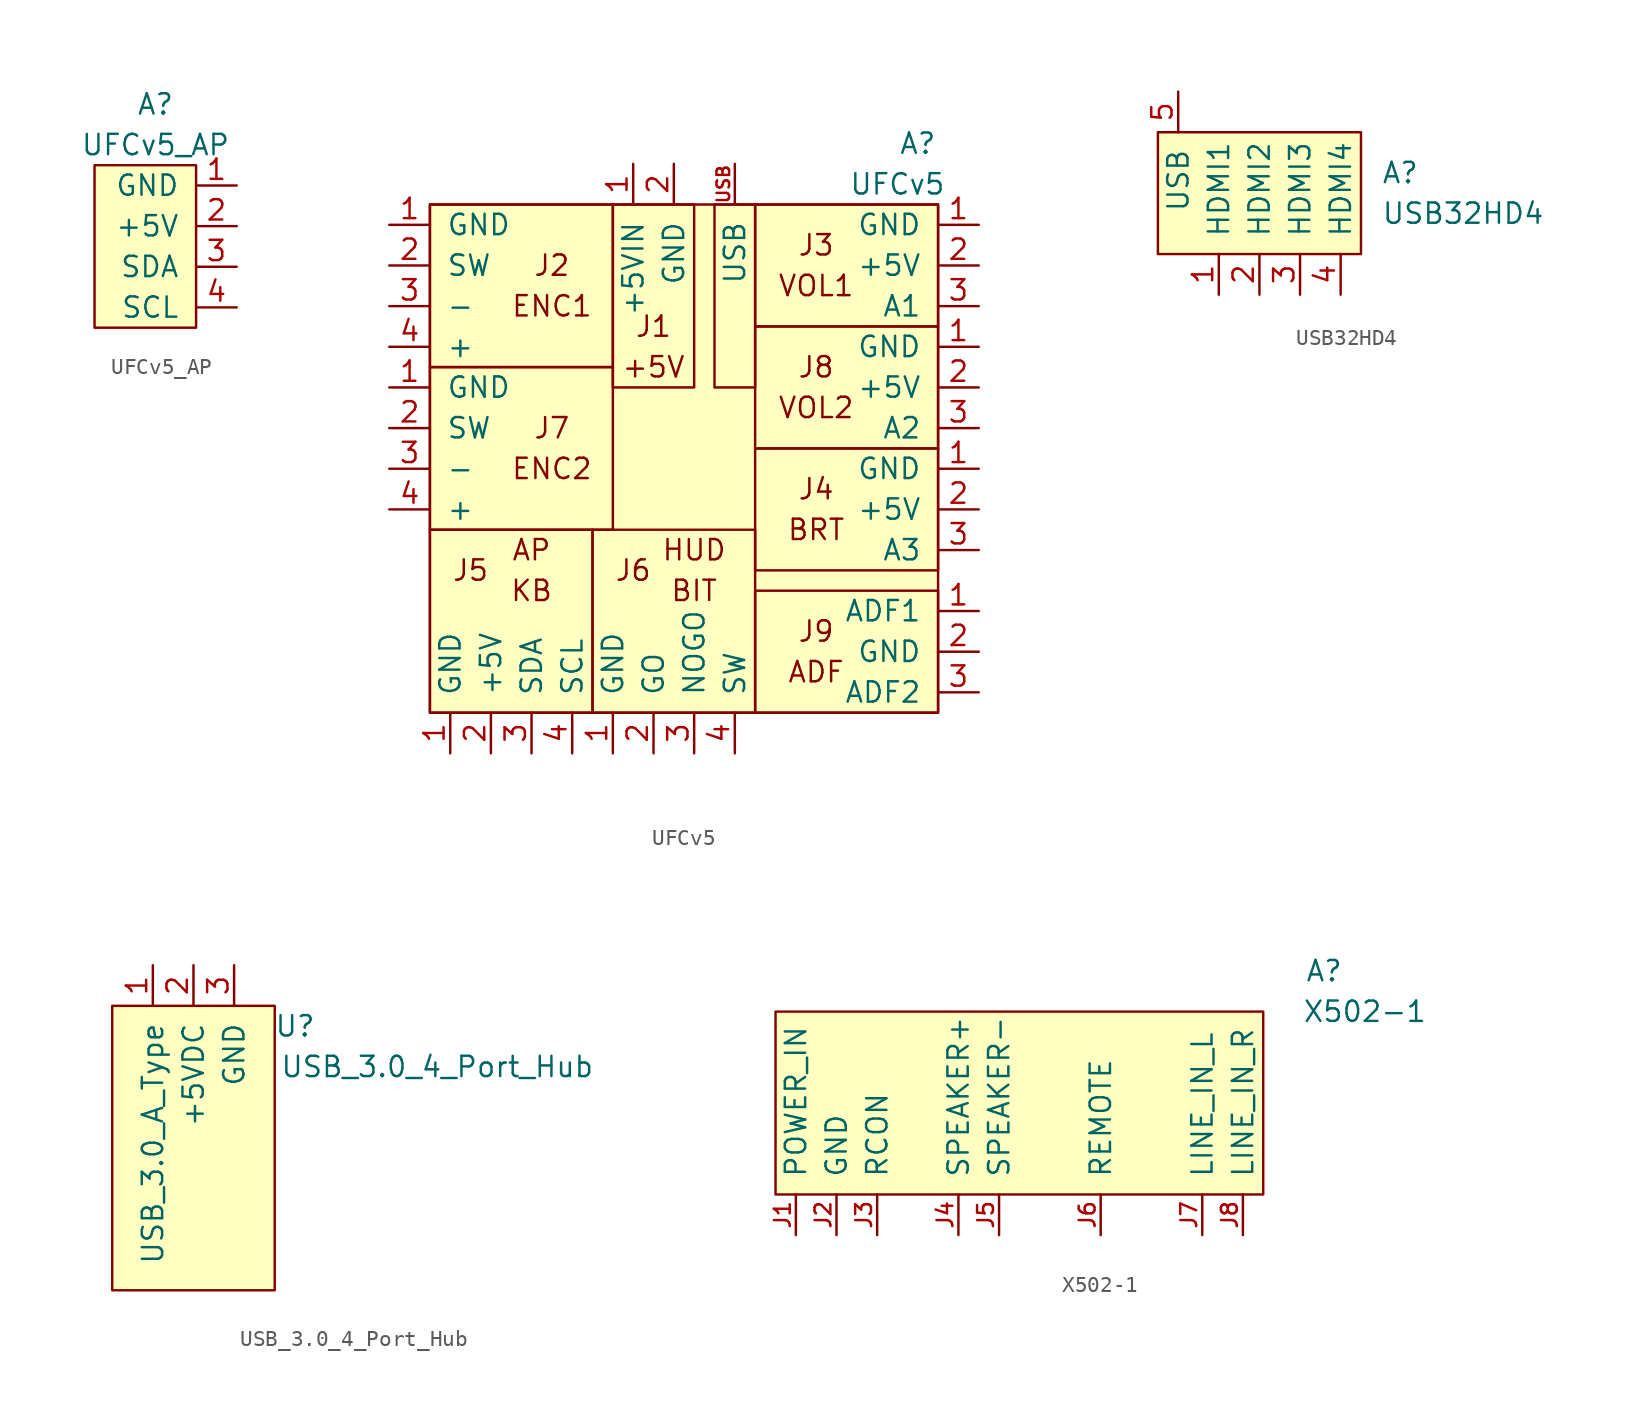
<source format=kicad_sym>
(kicad_symbol_lib
  (version 20220914)
  (generator kicad_symbol_editor)
  (symbol "UFCv5_AP"
    (pin_names
      (offset 1.016))
    (property "Reference" "A"
      (at 0 8.89 0)
      (effects (font (size 1.27 1.27))))
    (property "Value" "UFCv5_AP"
      (at 0 6.35 0)
      (effects (font (size 1.27 1.27))))
    (symbol "UFCv5_AP_0_0"
      (rectangle (start 2.54 5.08) (end -3.81 -5.08) (stroke (width 0) (type default)) (fill (type background)))
      (pin unspecified line (at 5.08 3.81 180) (length 2.54) (name "GND" (effects (font (size 1.27 1.27)))) (number "1" (effects (font (size 1.27 1.27)))))
      (pin unspecified line (at 5.08 1.27 180) (length 2.54) (name "+5V" (effects (font (size 1.27 1.27)))) (number "2" (effects (font (size 1.27 1.27)))))
      (pin unspecified line (at 5.08 -1.27 180) (length 2.54) (name "SDA" (effects (font (size 1.27 1.27)))) (number "3" (effects (font (size 1.27 1.27)))))
      (pin unspecified line (at 5.08 -3.81 180) (length 2.54) (name "SCL" (effects (font (size 1.27 1.27)))) (number "4" (effects (font (size 1.27 1.27)))))))
  (symbol "UFCv5"
    (pin_names
      (offset 1.016))
    (property "Reference" "A"
      (at 13.97 19.05 0)
      (effects (font (size 1.27 1.27))))
    (property "Value" "UFCv5"
      (at 12.7 16.51 0)
      (effects (font (size 1.27 1.27))))
    (symbol "UFCv5_0_0"
      (rectangle (start -16.51 -16.51) (end -6.35 -5.08) (stroke (width 0) (type default)) (fill (type none)))
      (rectangle (start -16.51 5.08) (end -5.08 -5.08) (stroke (width 0) (type default)) (fill (type none)))
      (rectangle (start -16.51 15.24) (end -5.08 5.08) (stroke (width 0) (type default)) (fill (type none)))
      (rectangle (start -16.51 15.24) (end 15.24 -16.51) (stroke (width 0) (type default)) (fill (type background)))
      (rectangle (start -6.35 -16.51) (end 3.81 -5.08) (stroke (width 0) (type default)) (fill (type none)))
      (rectangle (start -5.08 15.24) (end 0 3.81) (stroke (width 0) (type default)) (fill (type none)))
      (rectangle (start 1.27 15.24) (end 3.81 3.81) (stroke (width 0) (type default)) (fill (type none)))
      (rectangle (start 15.24 -8.89) (end 3.81 -16.51) (stroke (width 0) (type default)) (fill (type none)))
      (rectangle (start 15.24 0) (end 3.81 -7.62) (stroke (width 0) (type default)) (fill (type none)))
      (rectangle (start 15.24 7.62) (end 3.81 0) (stroke (width 0) (type default)) (fill (type none)))
      (rectangle (start 15.24 15.24) (end 3.81 7.62) (stroke (width 0) (type default)) (fill (type none)))
      (text "+5V" (at -2.54 5.08 0) (effects (font (size 1.27 1.27))))
      (text "ADF" (at 7.62 -13.97 0) (effects (font (size 1.27 1.27))))
      (text "AP" (at -10.16 -6.35 0) (effects (font (size 1.27 1.27))))
      (text "BIT" (at 0 -8.89 0) (effects (font (size 1.27 1.27))))
      (text "BRT" (at 7.62 -5.08 0) (effects (font (size 1.27 1.27))))
      (text "ENC1" (at -8.89 8.89 0) (effects (font (size 1.27 1.27))))
      (text "ENC2" (at -8.89 -1.27 0) (effects (font (size 1.27 1.27))))
      (text "HUD" (at 0 -6.35 0) (effects (font (size 1.27 1.27))))
      (text "J1" (at -2.54 7.62 0) (effects (font (size 1.27 1.27))))
      (text "J2" (at -8.89 11.43 0) (effects (font (size 1.27 1.27))))
      (text "J3" (at 7.62 12.7 0) (effects (font (size 1.27 1.27))))
      (text "J4" (at 7.62 -2.54 0) (effects (font (size 1.27 1.27))))
      (text "J5" (at -13.97 -7.62 0) (effects (font (size 1.27 1.27))))
      (text "J6" (at -3.81 -7.62 0) (effects (font (size 1.27 1.27))))
      (text "J7" (at -8.89 1.27 0) (effects (font (size 1.27 1.27))))
      (text "J8" (at 7.62 5.08 0) (effects (font (size 1.27 1.27))))
      (text "J9" (at 7.62 -11.43 0) (effects (font (size 1.27 1.27))))
      (text "KB" (at -10.16 -8.89 0) (effects (font (size 1.27 1.27))))
      (text "VOL1" (at 7.62 10.16 0) (effects (font (size 1.27 1.27))))
      (text "VOL2" (at 7.62 2.54 0) (effects (font (size 1.27 1.27))))
      (pin unspecified line (at -3.81 17.78 270) (length 2.54) (name "+5VIN" (effects (font (size 1.27 1.27)))) (number "1" (effects (font (size 1.27 1.27)))))
      (pin unspecified line (at 17.78 -10.16 180) (length 2.54) (name "ADF1" (effects (font (size 1.27 1.27)))) (number "1" (effects (font (size 1.27 1.27)))))
      (pin unspecified line (at -19.05 3.81 0) (length 2.54) (name "GND" (effects (font (size 1.27 1.27)))) (number "1" (effects (font (size 1.27 1.27)))))
      (pin unspecified line (at -19.05 13.97 0) (length 2.54) (name "GND" (effects (font (size 1.27 1.27)))) (number "1" (effects (font (size 1.27 1.27)))))
      (pin unspecified line (at -15.24 -19.05 90) (length 2.54) (name "GND" (effects (font (size 1.27 1.27)))) (number "1" (effects (font (size 1.27 1.27)))))
      (pin unspecified line (at -5.08 -19.05 90) (length 2.54) (name "GND" (effects (font (size 1.27 1.27)))) (number "1" (effects (font (size 1.27 1.27)))))
      (pin unspecified line (at 17.78 -1.27 180) (length 2.54) (name "GND" (effects (font (size 1.27 1.27)))) (number "1" (effects (font (size 1.27 1.27)))))
      (pin unspecified line (at 17.78 6.35 180) (length 2.54) (name "GND" (effects (font (size 1.27 1.27)))) (number "1" (effects (font (size 1.27 1.27)))))
      (pin unspecified line (at 17.78 13.97 180) (length 2.54) (name "GND" (effects (font (size 1.27 1.27)))) (number "1" (effects (font (size 1.27 1.27)))))
      (pin unspecified line (at -12.7 -19.05 90) (length 2.54) (name "+5V" (effects (font (size 1.27 1.27)))) (number "2" (effects (font (size 1.27 1.27)))))
      (pin unspecified line (at 17.78 -3.81 180) (length 2.54) (name "+5V" (effects (font (size 1.27 1.27)))) (number "2" (effects (font (size 1.27 1.27)))))
      (pin unspecified line (at 17.78 3.81 180) (length 2.54) (name "+5V" (effects (font (size 1.27 1.27)))) (number "2" (effects (font (size 1.27 1.27)))))
      (pin unspecified line (at 17.78 11.43 180) (length 2.54) (name "+5V" (effects (font (size 1.27 1.27)))) (number "2" (effects (font (size 1.27 1.27)))))
      (pin unspecified line (at -1.27 17.78 270) (length 2.54) (name "GND" (effects (font (size 1.27 1.27)))) (number "2" (effects (font (size 1.27 1.27)))))
      (pin unspecified line (at 17.78 -12.7 180) (length 2.54) (name "GND" (effects (font (size 1.27 1.27)))) (number "2" (effects (font (size 1.27 1.27)))))
      (pin unspecified line (at -2.54 -19.05 90) (length 2.54) (name "GO" (effects (font (size 1.27 1.27)))) (number "2" (effects (font (size 1.27 1.27)))))
      (pin unspecified line (at -19.05 1.27 0) (length 2.54) (name "SW" (effects (font (size 1.27 1.27)))) (number "2" (effects (font (size 1.27 1.27)))))
      (pin unspecified line (at -19.05 11.43 0) (length 2.54) (name "SW" (effects (font (size 1.27 1.27)))) (number "2" (effects (font (size 1.27 1.27)))))
      (pin unspecified line (at -19.05 -1.27 0) (length 2.54) (name "-" (effects (font (size 1.27 1.27)))) (number "3" (effects (font (size 1.27 1.27)))))
      (pin unspecified line (at -19.05 8.89 0) (length 2.54) (name "-" (effects (font (size 1.27 1.27)))) (number "3" (effects (font (size 1.27 1.27)))))
      (pin unspecified line (at 17.78 8.89 180) (length 2.54) (name "A1" (effects (font (size 1.27 1.27)))) (number "3" (effects (font (size 1.27 1.27)))))
      (pin unspecified line (at 17.78 1.27 180) (length 2.54) (name "A2" (effects (font (size 1.27 1.27)))) (number "3" (effects (font (size 1.27 1.27)))))
      (pin unspecified line (at 17.78 -6.35 180) (length 2.54) (name "A3" (effects (font (size 1.27 1.27)))) (number "3" (effects (font (size 1.27 1.27)))))
      (pin unspecified line (at 17.78 -15.24 180) (length 2.54) (name "ADF2" (effects (font (size 1.27 1.27)))) (number "3" (effects (font (size 1.27 1.27)))))
      (pin unspecified line (at 0 -19.05 90) (length 2.54) (name "NOGO" (effects (font (size 1.27 1.27)))) (number "3" (effects (font (size 1.27 1.27)))))
      (pin unspecified line (at -10.16 -19.05 90) (length 2.54) (name "SDA" (effects (font (size 1.27 1.27)))) (number "3" (effects (font (size 1.27 1.27)))))
      (pin unspecified line (at -19.05 -3.81 0) (length 2.54) (name "+" (effects (font (size 1.27 1.27)))) (number "4" (effects (font (size 1.27 1.27)))))
      (pin unspecified line (at -19.05 6.35 0) (length 2.54) (name "+" (effects (font (size 1.27 1.27)))) (number "4" (effects (font (size 1.27 1.27)))))
      (pin unspecified line (at -7.62 -19.05 90) (length 2.54) (name "SCL" (effects (font (size 1.27 1.27)))) (number "4" (effects (font (size 1.27 1.27)))))
      (pin unspecified line (at 2.54 -19.05 90) (length 2.54) (name "SW" (effects (font (size 1.27 1.27)))) (number "4" (effects (font (size 1.27 1.27)))))
      (pin unspecified line (at 2.54 17.78 270) (length 2.54) (name "USB" (effects (font (size 1.27 1.27)))) (number "USB" (effects (font (size 0.787 0.787)))))))
  (symbol "USB32HD4"
    (pin_names
      (offset 1.016))
    (property "Reference" "A"
      (at 7.62 1.27 0)
      (effects (font (size 1.27 1.27)) (justify left)))
    (property "Value" "USB32HD4"
      (at 7.62 -1.27 0)
      (effects (font (size 1.27 1.27)) (justify left)))
    (symbol "USB32HD4_0_0"
      (pin unspecified line (at -2.54 -6.35 90) (length 2.54) (name "HDMI1" (effects (font (size 1.27 1.27)))) (number "1" (effects (font (size 1.27 1.27)))))
      (pin unspecified line (at 0 -6.35 90) (length 2.54) (name "HDMI2" (effects (font (size 1.27 1.27)))) (number "2" (effects (font (size 1.27 1.27)))))
      (pin unspecified line (at 2.54 -6.35 90) (length 2.54) (name "HDMI3" (effects (font (size 1.27 1.27)))) (number "3" (effects (font (size 1.27 1.27)))))
      (pin unspecified line (at 5.08 -6.35 90) (length 2.54) (name "HDMI4" (effects (font (size 1.27 1.27)))) (number "4" (effects (font (size 1.27 1.27)))))
      (pin unspecified line (at -5.08 6.35 270) (length 2.54) (name "USB" (effects (font (size 1.27 1.27)))) (number "5" (effects (font (size 1.27 1.27))))))
    (symbol "USB32HD4_0_1"
      (rectangle (start -6.35 3.81) (end 6.35 -3.81) (stroke (width 0) (type default)) (fill (type background)))))
  (symbol "USB_3.0_4_Port_Hub"
    (pin_names
      (offset 1.016))
    (property "Reference" "U"
      (at 6.35 7.62 0)
      (effects (font (size 1.27 1.27))))
    (property "Value" "USB_3.0_4_Port_Hub"
      (at 15.24 5.08 0)
      (effects (font (size 1.27 1.27))))
    (symbol "USB_3.0_4_Port_Hub_0_0"
      (pin unspecified line (at -2.54 11.43 270) (length 2.54) (name "USB_3.0_A_Type" (effects (font (size 1.27 1.27)))) (number "1" (effects (font (size 1.27 1.27)))))
      (pin unspecified line (at 0 11.43 270) (length 2.54) (name "+5VDC" (effects (font (size 1.27 1.27)))) (number "2" (effects (font (size 1.27 1.27)))))
      (pin unspecified line (at 2.54 11.43 270) (length 2.54) (name "GND" (effects (font (size 1.27 1.27)))) (number "3" (effects (font (size 1.27 1.27))))))
    (symbol "USB_3.0_4_Port_Hub_0_1"
      (rectangle (start -5.08 8.89) (end 5.08 -8.89) (stroke (width 0) (type default)) (fill (type background)))))
  (symbol "X502-1"
    (pin_names
      (offset 1.016))
    (property "Reference" "A"
      (at 15.24 13.97 0)
      (effects (font (size 1.27 1.27))))
    (property "Value" "X502-1"
      (at 17.78 11.43 0)
      (effects (font (size 1.27 1.27))))
    (symbol "X502-1_0_0"
      (pin unspecified line (at -17.78 -2.54 90) (length 2.54) (name "POWER_IN" (effects (font (size 1.27 1.27)))) (number "J1" (effects (font (size 0.991 0.991)))))
      (pin unspecified line (at -15.24 -2.54 90) (length 2.54) (name "GND" (effects (font (size 1.27 1.27)))) (number "J2" (effects (font (size 0.991 0.991)))))
      (pin unspecified line (at -12.7 -2.54 90) (length 2.54) (name "RCON" (effects (font (size 1.27 1.27)))) (number "J3" (effects (font (size 0.991 0.991)))))
      (pin unspecified line (at -7.62 -2.54 90) (length 2.54) (name "SPEAKER+" (effects (font (size 1.27 1.27)))) (number "J4" (effects (font (size 0.991 0.991)))))
      (pin unspecified line (at -5.08 -2.54 90) (length 2.54) (name "SPEAKER-" (effects (font (size 1.27 1.27)))) (number "J5" (effects (font (size 0.991 0.991)))))
      (pin unspecified line (at 1.27 -2.54 90) (length 2.54) (name "REMOTE" (effects (font (size 1.27 1.27)))) (number "J6" (effects (font (size 0.991 0.991)))))
      (pin unspecified line (at 7.62 -2.54 90) (length 2.54) (name "LINE_IN_L" (effects (font (size 1.27 1.27)))) (number "J7" (effects (font (size 0.991 0.991)))))
      (pin unspecified line (at 10.16 -2.54 90) (length 2.54) (name "LINE_IN_R" (effects (font (size 1.27 1.27)))) (number "J8" (effects (font (size 0.991 0.991))))))
    (symbol "X502-1_0_1"
      (rectangle (start 11.43 0) (end -19.05 11.43) (stroke (width 0) (type default)) (fill (type background))))))
</source>
